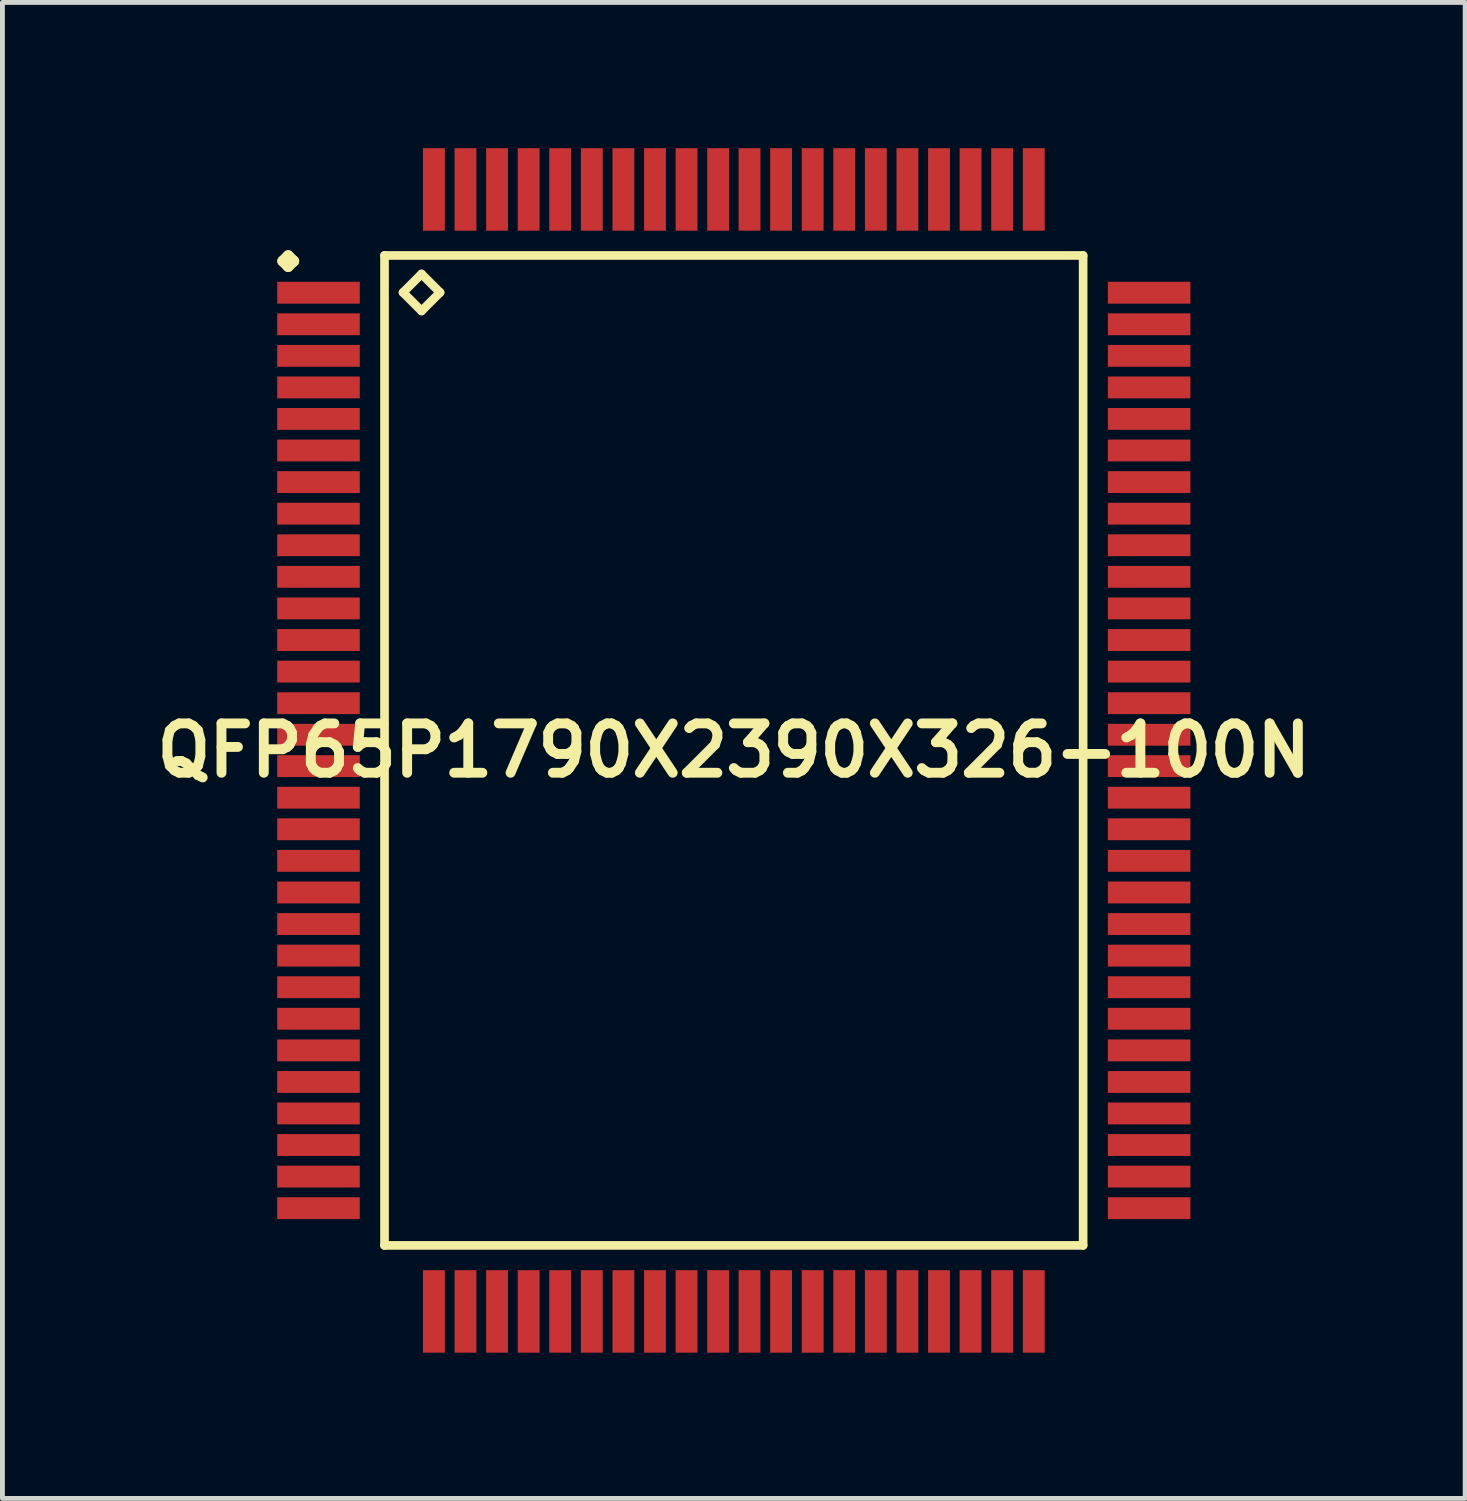
<source format=kicad_pcb>
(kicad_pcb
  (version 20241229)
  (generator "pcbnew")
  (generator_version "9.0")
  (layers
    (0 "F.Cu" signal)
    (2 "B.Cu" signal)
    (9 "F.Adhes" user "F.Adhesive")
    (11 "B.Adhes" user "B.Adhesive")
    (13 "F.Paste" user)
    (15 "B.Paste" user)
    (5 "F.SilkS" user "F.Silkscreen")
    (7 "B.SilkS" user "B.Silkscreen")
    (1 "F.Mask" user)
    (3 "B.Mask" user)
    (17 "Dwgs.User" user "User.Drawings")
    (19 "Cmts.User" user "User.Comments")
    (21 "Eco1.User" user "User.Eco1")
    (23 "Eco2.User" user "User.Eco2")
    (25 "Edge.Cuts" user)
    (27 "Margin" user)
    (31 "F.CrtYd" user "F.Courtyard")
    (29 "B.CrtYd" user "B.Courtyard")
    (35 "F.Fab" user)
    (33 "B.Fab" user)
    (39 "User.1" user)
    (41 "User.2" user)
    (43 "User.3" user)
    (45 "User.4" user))
  (footprint "QFP65P1790X2390X326-100N"
    (layer "F.Cu")
    (at 12.057 12.399)
    (property "Reference" "QFP65P1790X2390X326-100N" (at 0 0 0) (layer "F.SilkS") (effects (font (size 1.016 1.016) (thickness 0.203))))
    (attr smd)
    (fp_line (start -9.286 -10.074) (end -9.174 -10.185) (stroke (width 0.224) (type solid)) (layer "F.SilkS"))
    (fp_line (start -9.174 -10.185) (end -9.06 -10.074) (stroke (width 0.224) (type solid)) (layer "F.SilkS"))
    (fp_line (start -9.174 -9.962) (end -9.286 -10.074) (stroke (width 0.224) (type solid)) (layer "F.SilkS"))
    (fp_line (start -9.06 -10.074) (end -9.174 -9.962) (stroke (width 0.224) (type solid)) (layer "F.SilkS"))
    (fp_line (start -7.191 -10.19) (end -7.191 10.19) (stroke (width 0.178) (type solid)) (layer "F.SilkS"))
    (fp_line (start -7.191 10.19) (end 7.191 10.19) (stroke (width 0.178) (type solid)) (layer "F.SilkS"))
    (fp_line (start -6.81 -9.428) (end -6.429 -9.809) (stroke (width 0.178) (type solid)) (layer "F.SilkS"))
    (fp_line (start -6.429 -9.809) (end -6.048 -9.428) (stroke (width 0.178) (type solid)) (layer "F.SilkS"))
    (fp_line (start -6.429 -9.047) (end -6.81 -9.428) (stroke (width 0.178) (type solid)) (layer "F.SilkS"))
    (fp_line (start -6.048 -9.428) (end -6.429 -9.047) (stroke (width 0.178) (type solid)) (layer "F.SilkS"))
    (fp_line (start 7.191 -10.19) (end -7.191 -10.19) (stroke (width 0.178) (type solid)) (layer "F.SilkS"))
    (fp_line (start 7.191 10.19) (end 7.191 -10.19) (stroke (width 0.178) (type solid)) (layer "F.SilkS"))
    (pad "1" smd rect (at -8.55 -9.423) (size 1.699 0.45) (layers "F.Cu" "F.Mask" "F.Paste"))
    (pad "2" smd rect (at -8.55 -8.773) (size 1.699 0.45) (layers "F.Cu" "F.Mask" "F.Paste"))
    (pad "3" smd rect (at -8.55 -8.123) (size 1.699 0.45) (layers "F.Cu" "F.Mask" "F.Paste"))
    (pad "4" smd rect (at -8.55 -7.473) (size 1.699 0.45) (layers "F.Cu" "F.Mask" "F.Paste"))
    (pad "5" smd rect (at -8.55 -6.825) (size 1.699 0.45) (layers "F.Cu" "F.Mask" "F.Paste"))
    (pad "6" smd rect (at -8.55 -6.175) (size 1.699 0.45) (layers "F.Cu" "F.Mask" "F.Paste"))
    (pad "7" smd rect (at -8.55 -5.524) (size 1.699 0.45) (layers "F.Cu" "F.Mask" "F.Paste"))
    (pad "8" smd rect (at -8.55 -4.874) (size 1.699 0.45) (layers "F.Cu" "F.Mask" "F.Paste"))
    (pad "9" smd rect (at -8.55 -4.224) (size 1.699 0.45) (layers "F.Cu" "F.Mask" "F.Paste"))
    (pad "10" smd rect (at -8.55 -3.574) (size 1.699 0.45) (layers "F.Cu" "F.Mask" "F.Paste"))
    (pad "11" smd rect (at -8.55 -2.924) (size 1.699 0.45) (layers "F.Cu" "F.Mask" "F.Paste"))
    (pad "12" smd rect (at -8.55 -2.273) (size 1.699 0.45) (layers "F.Cu" "F.Mask" "F.Paste"))
    (pad "13" smd rect (at -8.55 -1.623) (size 1.699 0.45) (layers "F.Cu" "F.Mask" "F.Paste"))
    (pad "14" smd rect (at -8.55 -0.973) (size 1.699 0.45) (layers "F.Cu" "F.Mask" "F.Paste"))
    (pad "15" smd rect (at -8.55 -0.323) (size 1.699 0.45) (layers "F.Cu" "F.Mask" "F.Paste"))
    (pad "16" smd rect (at -8.55 0.323) (size 1.699 0.45) (layers "F.Cu" "F.Mask" "F.Paste"))
    (pad "17" smd rect (at -8.55 0.973) (size 1.699 0.45) (layers "F.Cu" "F.Mask" "F.Paste"))
    (pad "18" smd rect (at -8.55 1.623) (size 1.699 0.45) (layers "F.Cu" "F.Mask" "F.Paste"))
    (pad "19" smd rect (at -8.55 2.273) (size 1.699 0.45) (layers "F.Cu" "F.Mask" "F.Paste"))
    (pad "20" smd rect (at -8.55 2.924) (size 1.699 0.45) (layers "F.Cu" "F.Mask" "F.Paste"))
    (pad "21" smd rect (at -8.55 3.574) (size 1.699 0.45) (layers "F.Cu" "F.Mask" "F.Paste"))
    (pad "22" smd rect (at -8.55 4.224) (size 1.699 0.45) (layers "F.Cu" "F.Mask" "F.Paste"))
    (pad "23" smd rect (at -8.55 4.874) (size 1.699 0.45) (layers "F.Cu" "F.Mask" "F.Paste"))
    (pad "24" smd rect (at -8.55 5.524) (size 1.699 0.45) (layers "F.Cu" "F.Mask" "F.Paste"))
    (pad "25" smd rect (at -8.55 6.175) (size 1.699 0.45) (layers "F.Cu" "F.Mask" "F.Paste"))
    (pad "26" smd rect (at -8.55 6.825) (size 1.699 0.45) (layers "F.Cu" "F.Mask" "F.Paste"))
    (pad "27" smd rect (at -8.55 7.473) (size 1.699 0.45) (layers "F.Cu" "F.Mask" "F.Paste"))
    (pad "28" smd rect (at -8.55 8.123) (size 1.699 0.45) (layers "F.Cu" "F.Mask" "F.Paste"))
    (pad "29" smd rect (at -8.55 8.773) (size 1.699 0.45) (layers "F.Cu" "F.Mask" "F.Paste"))
    (pad "30" smd rect (at -8.55 9.423) (size 1.699 0.45) (layers "F.Cu" "F.Mask" "F.Paste"))
    (pad "31" smd rect (at -6.175 11.549) (size 0.45 1.699) (layers "F.Cu" "F.Mask" "F.Paste"))
    (pad "32" smd rect (at -5.524 11.549) (size 0.45 1.699) (layers "F.Cu" "F.Mask" "F.Paste"))
    (pad "33" smd rect (at -4.874 11.549) (size 0.45 1.699) (layers "F.Cu" "F.Mask" "F.Paste"))
    (pad "34" smd rect (at -4.224 11.549) (size 0.45 1.699) (layers "F.Cu" "F.Mask" "F.Paste"))
    (pad "35" smd rect (at -3.574 11.549) (size 0.45 1.699) (layers "F.Cu" "F.Mask" "F.Paste"))
    (pad "36" smd rect (at -2.924 11.549) (size 0.45 1.699) (layers "F.Cu" "F.Mask" "F.Paste"))
    (pad "37" smd rect (at -2.273 11.549) (size 0.45 1.699) (layers "F.Cu" "F.Mask" "F.Paste"))
    (pad "38" smd rect (at -1.623 11.549) (size 0.45 1.699) (layers "F.Cu" "F.Mask" "F.Paste"))
    (pad "39" smd rect (at -0.973 11.549) (size 0.45 1.699) (layers "F.Cu" "F.Mask" "F.Paste"))
    (pad "40" smd rect (at -0.323 11.549) (size 0.45 1.699) (layers "F.Cu" "F.Mask" "F.Paste"))
    (pad "41" smd rect (at 0.323 11.549) (size 0.45 1.699) (layers "F.Cu" "F.Mask" "F.Paste"))
    (pad "42" smd rect (at 0.973 11.549) (size 0.45 1.699) (layers "F.Cu" "F.Mask" "F.Paste"))
    (pad "43" smd rect (at 1.623 11.549) (size 0.45 1.699) (layers "F.Cu" "F.Mask" "F.Paste"))
    (pad "44" smd rect (at 2.273 11.549) (size 0.45 1.699) (layers "F.Cu" "F.Mask" "F.Paste"))
    (pad "45" smd rect (at 2.924 11.549) (size 0.45 1.699) (layers "F.Cu" "F.Mask" "F.Paste"))
    (pad "46" smd rect (at 3.574 11.549) (size 0.45 1.699) (layers "F.Cu" "F.Mask" "F.Paste"))
    (pad "47" smd rect (at 4.224 11.549) (size 0.45 1.699) (layers "F.Cu" "F.Mask" "F.Paste"))
    (pad "48" smd rect (at 4.874 11.549) (size 0.45 1.699) (layers "F.Cu" "F.Mask" "F.Paste"))
    (pad "49" smd rect (at 5.524 11.549) (size 0.45 1.699) (layers "F.Cu" "F.Mask" "F.Paste"))
    (pad "50" smd rect (at 6.175 11.549) (size 0.45 1.699) (layers "F.Cu" "F.Mask" "F.Paste"))
    (pad "51" smd rect (at 8.55 9.423) (size 1.699 0.45) (layers "F.Cu" "F.Mask" "F.Paste"))
    (pad "52" smd rect (at 8.55 8.773) (size 1.699 0.45) (layers "F.Cu" "F.Mask" "F.Paste"))
    (pad "53" smd rect (at 8.55 8.123) (size 1.699 0.45) (layers "F.Cu" "F.Mask" "F.Paste"))
    (pad "54" smd rect (at 8.55 7.473) (size 1.699 0.45) (layers "F.Cu" "F.Mask" "F.Paste"))
    (pad "55" smd rect (at 8.55 6.825) (size 1.699 0.45) (layers "F.Cu" "F.Mask" "F.Paste"))
    (pad "56" smd rect (at 8.55 6.175) (size 1.699 0.45) (layers "F.Cu" "F.Mask" "F.Paste"))
    (pad "57" smd rect (at 8.55 5.524) (size 1.699 0.45) (layers "F.Cu" "F.Mask" "F.Paste"))
    (pad "58" smd rect (at 8.55 4.874) (size 1.699 0.45) (layers "F.Cu" "F.Mask" "F.Paste"))
    (pad "59" smd rect (at 8.55 4.224) (size 1.699 0.45) (layers "F.Cu" "F.Mask" "F.Paste"))
    (pad "60" smd rect (at 8.55 3.574) (size 1.699 0.45) (layers "F.Cu" "F.Mask" "F.Paste"))
    (pad "61" smd rect (at 8.55 2.924) (size 1.699 0.45) (layers "F.Cu" "F.Mask" "F.Paste"))
    (pad "62" smd rect (at 8.55 2.273) (size 1.699 0.45) (layers "F.Cu" "F.Mask" "F.Paste"))
    (pad "63" smd rect (at 8.55 1.623) (size 1.699 0.45) (layers "F.Cu" "F.Mask" "F.Paste"))
    (pad "64" smd rect (at 8.55 0.973) (size 1.699 0.45) (layers "F.Cu" "F.Mask" "F.Paste"))
    (pad "65" smd rect (at 8.55 0.323) (size 1.699 0.45) (layers "F.Cu" "F.Mask" "F.Paste"))
    (pad "66" smd rect (at 8.55 -0.323) (size 1.699 0.45) (layers "F.Cu" "F.Mask" "F.Paste"))
    (pad "67" smd rect (at 8.55 -0.973) (size 1.699 0.45) (layers "F.Cu" "F.Mask" "F.Paste"))
    (pad "68" smd rect (at 8.55 -1.623) (size 1.699 0.45) (layers "F.Cu" "F.Mask" "F.Paste"))
    (pad "69" smd rect (at 8.55 -2.273) (size 1.699 0.45) (layers "F.Cu" "F.Mask" "F.Paste"))
    (pad "70" smd rect (at 8.55 -2.924) (size 1.699 0.45) (layers "F.Cu" "F.Mask" "F.Paste"))
    (pad "71" smd rect (at 8.55 -3.574) (size 1.699 0.45) (layers "F.Cu" "F.Mask" "F.Paste"))
    (pad "72" smd rect (at 8.55 -4.224) (size 1.699 0.45) (layers "F.Cu" "F.Mask" "F.Paste"))
    (pad "73" smd rect (at 8.55 -4.874) (size 1.699 0.45) (layers "F.Cu" "F.Mask" "F.Paste"))
    (pad "74" smd rect (at 8.55 -5.524) (size 1.699 0.45) (layers "F.Cu" "F.Mask" "F.Paste"))
    (pad "75" smd rect (at 8.55 -6.175) (size 1.699 0.45) (layers "F.Cu" "F.Mask" "F.Paste"))
    (pad "76" smd rect (at 8.55 -6.825) (size 1.699 0.45) (layers "F.Cu" "F.Mask" "F.Paste"))
    (pad "77" smd rect (at 8.55 -7.473) (size 1.699 0.45) (layers "F.Cu" "F.Mask" "F.Paste"))
    (pad "78" smd rect (at 8.55 -8.123) (size 1.699 0.45) (layers "F.Cu" "F.Mask" "F.Paste"))
    (pad "79" smd rect (at 8.55 -8.773) (size 1.699 0.45) (layers "F.Cu" "F.Mask" "F.Paste"))
    (pad "80" smd rect (at 8.55 -9.423) (size 1.699 0.45) (layers "F.Cu" "F.Mask" "F.Paste"))
    (pad "81" smd rect (at 6.175 -11.549) (size 0.45 1.699) (layers "F.Cu" "F.Mask" "F.Paste"))
    (pad "82" smd rect (at 5.524 -11.549) (size 0.45 1.699) (layers "F.Cu" "F.Mask" "F.Paste"))
    (pad "83" smd rect (at 4.874 -11.549) (size 0.45 1.699) (layers "F.Cu" "F.Mask" "F.Paste"))
    (pad "84" smd rect (at 4.224 -11.549) (size 0.45 1.699) (layers "F.Cu" "F.Mask" "F.Paste"))
    (pad "85" smd rect (at 3.574 -11.549) (size 0.45 1.699) (layers "F.Cu" "F.Mask" "F.Paste"))
    (pad "86" smd rect (at 2.924 -11.549) (size 0.45 1.699) (layers "F.Cu" "F.Mask" "F.Paste"))
    (pad "87" smd rect (at 2.273 -11.549) (size 0.45 1.699) (layers "F.Cu" "F.Mask" "F.Paste"))
    (pad "88" smd rect (at 1.623 -11.549) (size 0.45 1.699) (layers "F.Cu" "F.Mask" "F.Paste"))
    (pad "89" smd rect (at 0.973 -11.549) (size 0.45 1.699) (layers "F.Cu" "F.Mask" "F.Paste"))
    (pad "90" smd rect (at 0.323 -11.549) (size 0.45 1.699) (layers "F.Cu" "F.Mask" "F.Paste"))
    (pad "91" smd rect (at -0.323 -11.549) (size 0.45 1.699) (layers "F.Cu" "F.Mask" "F.Paste"))
    (pad "92" smd rect (at -0.973 -11.549) (size 0.45 1.699) (layers "F.Cu" "F.Mask" "F.Paste"))
    (pad "93" smd rect (at -1.623 -11.549) (size 0.45 1.699) (layers "F.Cu" "F.Mask" "F.Paste"))
    (pad "94" smd rect (at -2.273 -11.549) (size 0.45 1.699) (layers "F.Cu" "F.Mask" "F.Paste"))
    (pad "95" smd rect (at -2.924 -11.549) (size 0.45 1.699) (layers "F.Cu" "F.Mask" "F.Paste"))
    (pad "96" smd rect (at -3.574 -11.549) (size 0.45 1.699) (layers "F.Cu" "F.Mask" "F.Paste"))
    (pad "97" smd rect (at -4.224 -11.549) (size 0.45 1.699) (layers "F.Cu" "F.Mask" "F.Paste"))
    (pad "98" smd rect (at -4.874 -11.549) (size 0.45 1.699) (layers "F.Cu" "F.Mask" "F.Paste"))
    (pad "99" smd rect (at -5.524 -11.549) (size 0.45 1.699) (layers "F.Cu" "F.Mask" "F.Paste"))
    (pad "100" smd rect (at -6.175 -11.549) (size 0.45 1.699) (layers "F.Cu" "F.Mask" "F.Paste")))
  (gr_rect
    (start -3 -3)
    (end 27.113 27.798)
    (stroke (width 0.1) (type default))
    (fill no)
    (layer "Edge.Cuts")))
</source>
